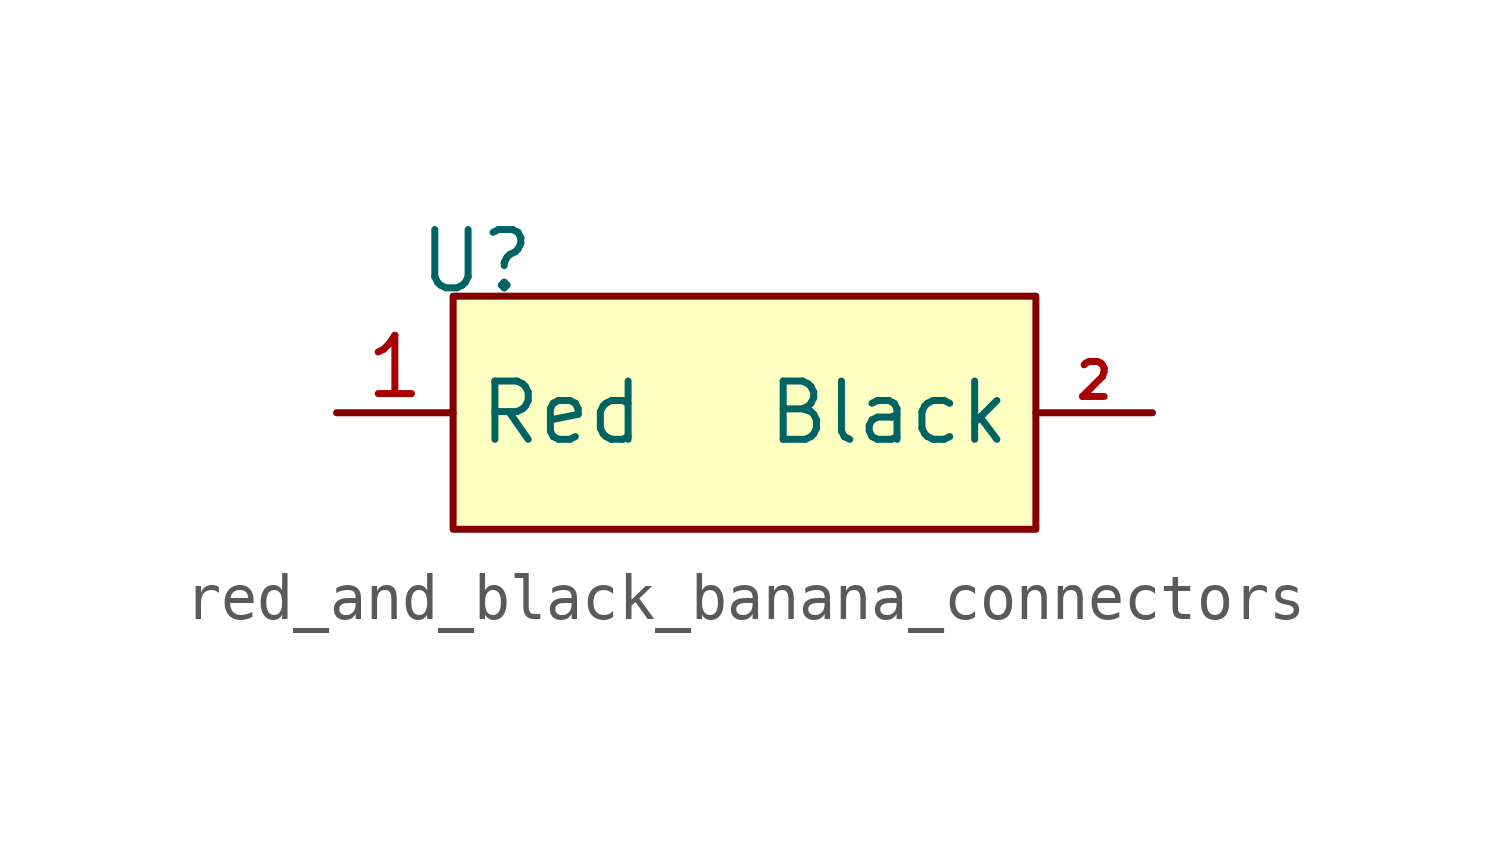
<source format=kicad_sym>
(kicad_symbol_lib
  (version 20241209)
  (generator "kicad_symbol_editor")
  (generator_version "9.0")
  (symbol "red_and_black_banana_connectors"
    (property "Reference" "U"
      (at 0.508 0.762 0)
      (effects (font (size 1.27 1.27))))
    (property "Value" ""
      (at 0 0 0)
      (effects (font (size 1.27 1.27))))
    (symbol "red_and_black_banana_connectors_1_0"
      (pin unspecified line (at -2.54 -2.54 0) (length 2.54) (name "Red" (effects (font (size 1.27 1.27)))) (number "1" (effects (font (size 1.27 1.27))))))
    (symbol "red_and_black_banana_connectors_1_1"
      (rectangle (start 0 0) (end 12.7 -5.08) (stroke (width 0) (type solid)) (fill (type background)))
      (pin unspecified line (at 15.24 -2.54 180) (length 2.54) (name "Black" (effects (font (size 1.27 1.27)))) (number "2" (effects (font (size 0.762 0.762))))))))
</source>
